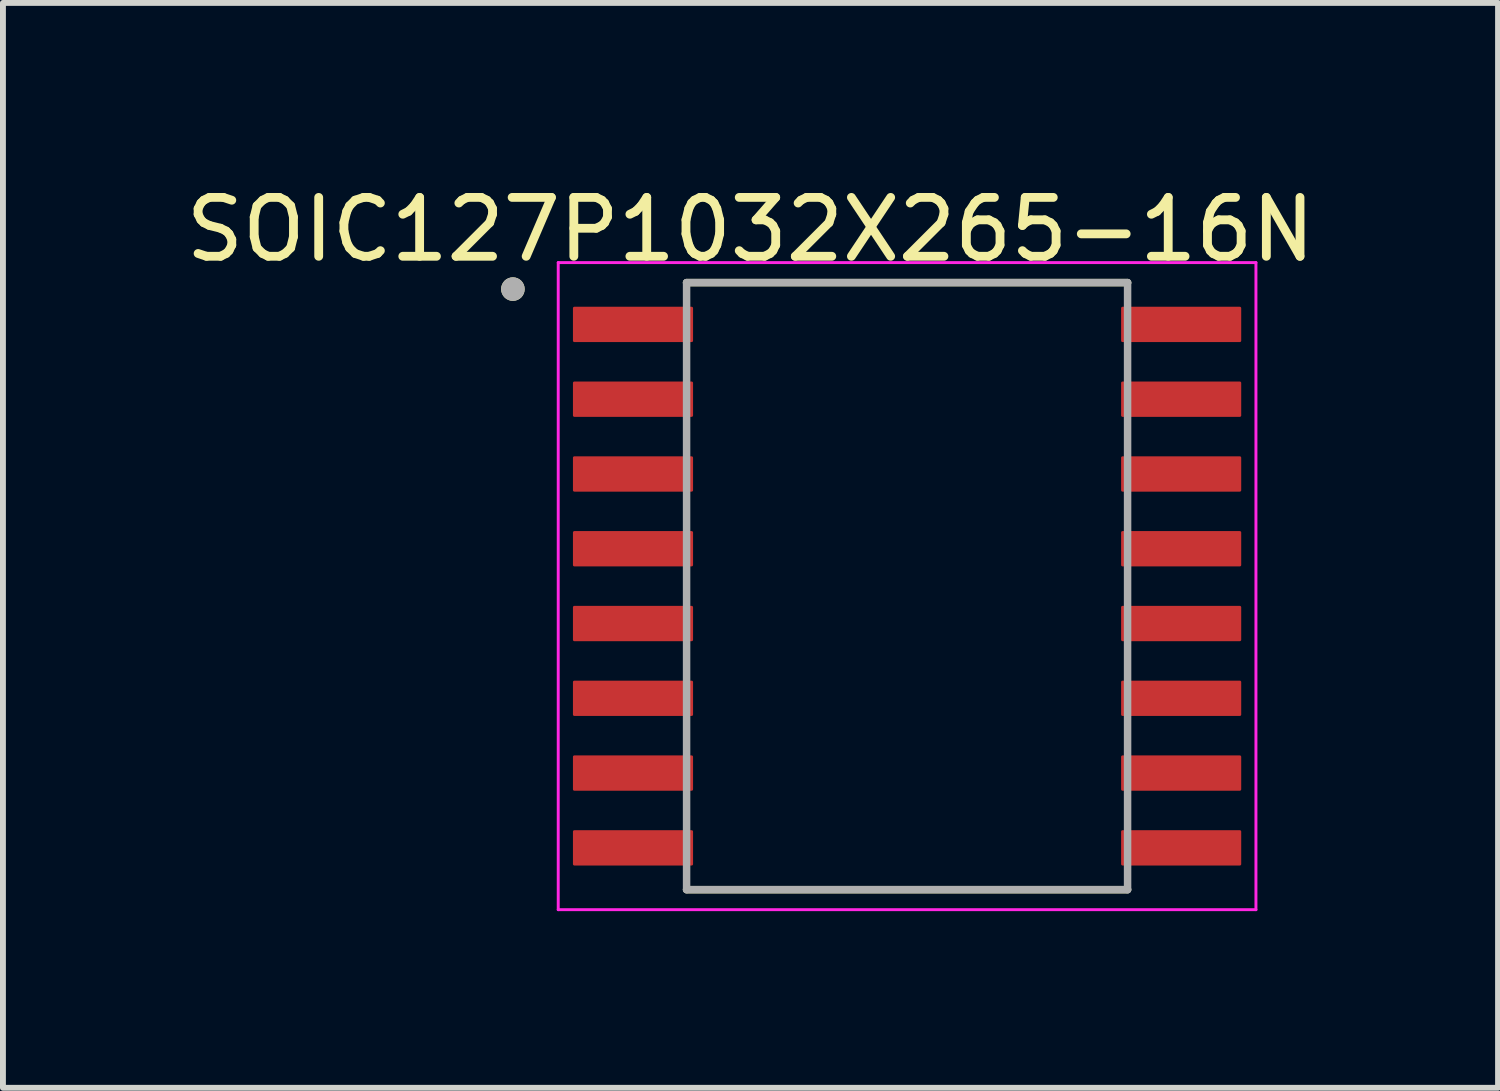
<source format=kicad_pcb>
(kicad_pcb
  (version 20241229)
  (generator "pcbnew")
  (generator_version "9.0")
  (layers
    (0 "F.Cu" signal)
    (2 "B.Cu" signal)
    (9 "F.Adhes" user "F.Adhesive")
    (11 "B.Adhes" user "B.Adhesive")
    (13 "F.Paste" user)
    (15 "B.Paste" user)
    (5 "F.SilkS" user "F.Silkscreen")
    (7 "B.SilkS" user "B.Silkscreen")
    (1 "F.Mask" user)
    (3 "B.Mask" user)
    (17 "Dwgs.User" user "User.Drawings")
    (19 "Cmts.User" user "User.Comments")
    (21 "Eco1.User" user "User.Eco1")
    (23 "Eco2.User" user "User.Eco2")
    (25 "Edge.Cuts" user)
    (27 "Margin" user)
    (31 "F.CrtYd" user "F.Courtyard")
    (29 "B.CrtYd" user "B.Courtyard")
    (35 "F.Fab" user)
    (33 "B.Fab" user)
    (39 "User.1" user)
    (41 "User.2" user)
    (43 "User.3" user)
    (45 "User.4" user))
  (footprint "SOIC127P1032X265-16N"
    (layer "F.Cu")
    (at 12.356 6.905)
    (property "Reference" "SOIC127P1032X265-16N" (at -2.66 -6.057 0) (layer "F.SilkS") (effects (font (size 1 1) (thickness 0.15))))
    (attr smd)
    (fp_line (start -3.745 -5.155) (end 3.745 -5.155) (stroke (width 0.127) (type solid)) (layer "F.SilkS"))
    (fp_line (start -3.745 5.155) (end 3.745 5.155) (stroke (width 0.127) (type solid)) (layer "F.SilkS"))
    (fp_circle (center -6.695 -5.045) (end -6.595 -5.045) (stroke (width 0.2) (type solid)) (fill no) (layer "F.SilkS"))
    (fp_line (start -5.925 -5.495) (end -5.925 5.495) (stroke (width 0.05) (type solid)) (layer "F.CrtYd"))
    (fp_line (start -5.925 -5.495) (end 5.925 -5.495) (stroke (width 0.05) (type solid)) (layer "F.CrtYd"))
    (fp_line (start -5.925 5.495) (end 5.925 5.495) (stroke (width 0.05) (type solid)) (layer "F.CrtYd"))
    (fp_line (start 5.925 -5.495) (end 5.925 5.495) (stroke (width 0.05) (type solid)) (layer "F.CrtYd"))
    (fp_line (start -3.745 -5.155) (end -3.745 5.155) (stroke (width 0.127) (type solid)) (layer "F.Fab"))
    (fp_line (start -3.745 -5.155) (end 3.745 -5.155) (stroke (width 0.127) (type solid)) (layer "F.Fab"))
    (fp_line (start -3.745 5.155) (end 3.745 5.155) (stroke (width 0.127) (type solid)) (layer "F.Fab"))
    (fp_line (start 3.745 -5.155) (end 3.745 5.155) (stroke (width 0.127) (type solid)) (layer "F.Fab"))
    (fp_circle (center -6.695 -5.045) (end -6.595 -5.045) (stroke (width 0.2) (type solid)) (fill no) (layer "F.Fab"))
    (pad "1" smd roundrect (at -4.655 -4.445) (size 2.04 0.6) (layers "F.Cu" "F.Mask" "F.Paste") (roundrect_rratio 0.04))
    (pad "2" smd roundrect (at -4.655 -3.175) (size 2.04 0.6) (layers "F.Cu" "F.Mask" "F.Paste") (roundrect_rratio 0.04))
    (pad "3" smd roundrect (at -4.655 -1.905) (size 2.04 0.6) (layers "F.Cu" "F.Mask" "F.Paste") (roundrect_rratio 0.04))
    (pad "4" smd roundrect (at -4.655 -0.635) (size 2.04 0.6) (layers "F.Cu" "F.Mask" "F.Paste") (roundrect_rratio 0.04))
    (pad "5" smd roundrect (at -4.655 0.635) (size 2.04 0.6) (layers "F.Cu" "F.Mask" "F.Paste") (roundrect_rratio 0.04))
    (pad "6" smd roundrect (at -4.655 1.905) (size 2.04 0.6) (layers "F.Cu" "F.Mask" "F.Paste") (roundrect_rratio 0.04))
    (pad "7" smd roundrect (at -4.655 3.175) (size 2.04 0.6) (layers "F.Cu" "F.Mask" "F.Paste") (roundrect_rratio 0.04))
    (pad "8" smd roundrect (at -4.655 4.445) (size 2.04 0.6) (layers "F.Cu" "F.Mask" "F.Paste") (roundrect_rratio 0.04))
    (pad "9" smd roundrect (at 4.655 4.445) (size 2.04 0.6) (layers "F.Cu" "F.Mask" "F.Paste") (roundrect_rratio 0.04))
    (pad "10" smd roundrect (at 4.655 3.175) (size 2.04 0.6) (layers "F.Cu" "F.Mask" "F.Paste") (roundrect_rratio 0.04))
    (pad "11" smd roundrect (at 4.655 1.905) (size 2.04 0.6) (layers "F.Cu" "F.Mask" "F.Paste") (roundrect_rratio 0.04))
    (pad "12" smd roundrect (at 4.655 0.635) (size 2.04 0.6) (layers "F.Cu" "F.Mask" "F.Paste") (roundrect_rratio 0.04))
    (pad "13" smd roundrect (at 4.655 -0.635) (size 2.04 0.6) (layers "F.Cu" "F.Mask" "F.Paste") (roundrect_rratio 0.04))
    (pad "14" smd roundrect (at 4.655 -1.905) (size 2.04 0.6) (layers "F.Cu" "F.Mask" "F.Paste") (roundrect_rratio 0.04))
    (pad "15" smd roundrect (at 4.655 -3.175) (size 2.04 0.6) (layers "F.Cu" "F.Mask" "F.Paste") (roundrect_rratio 0.04))
    (pad "16" smd roundrect (at 4.655 -4.445) (size 2.04 0.6) (layers "F.Cu" "F.Mask" "F.Paste") (roundrect_rratio 0.04)))
  (gr_rect
    (start -3 -3)
    (end 22.393 15.425)
    (stroke (width 0.1) (type default))
    (fill no)
    (layer "Edge.Cuts")))
</source>
